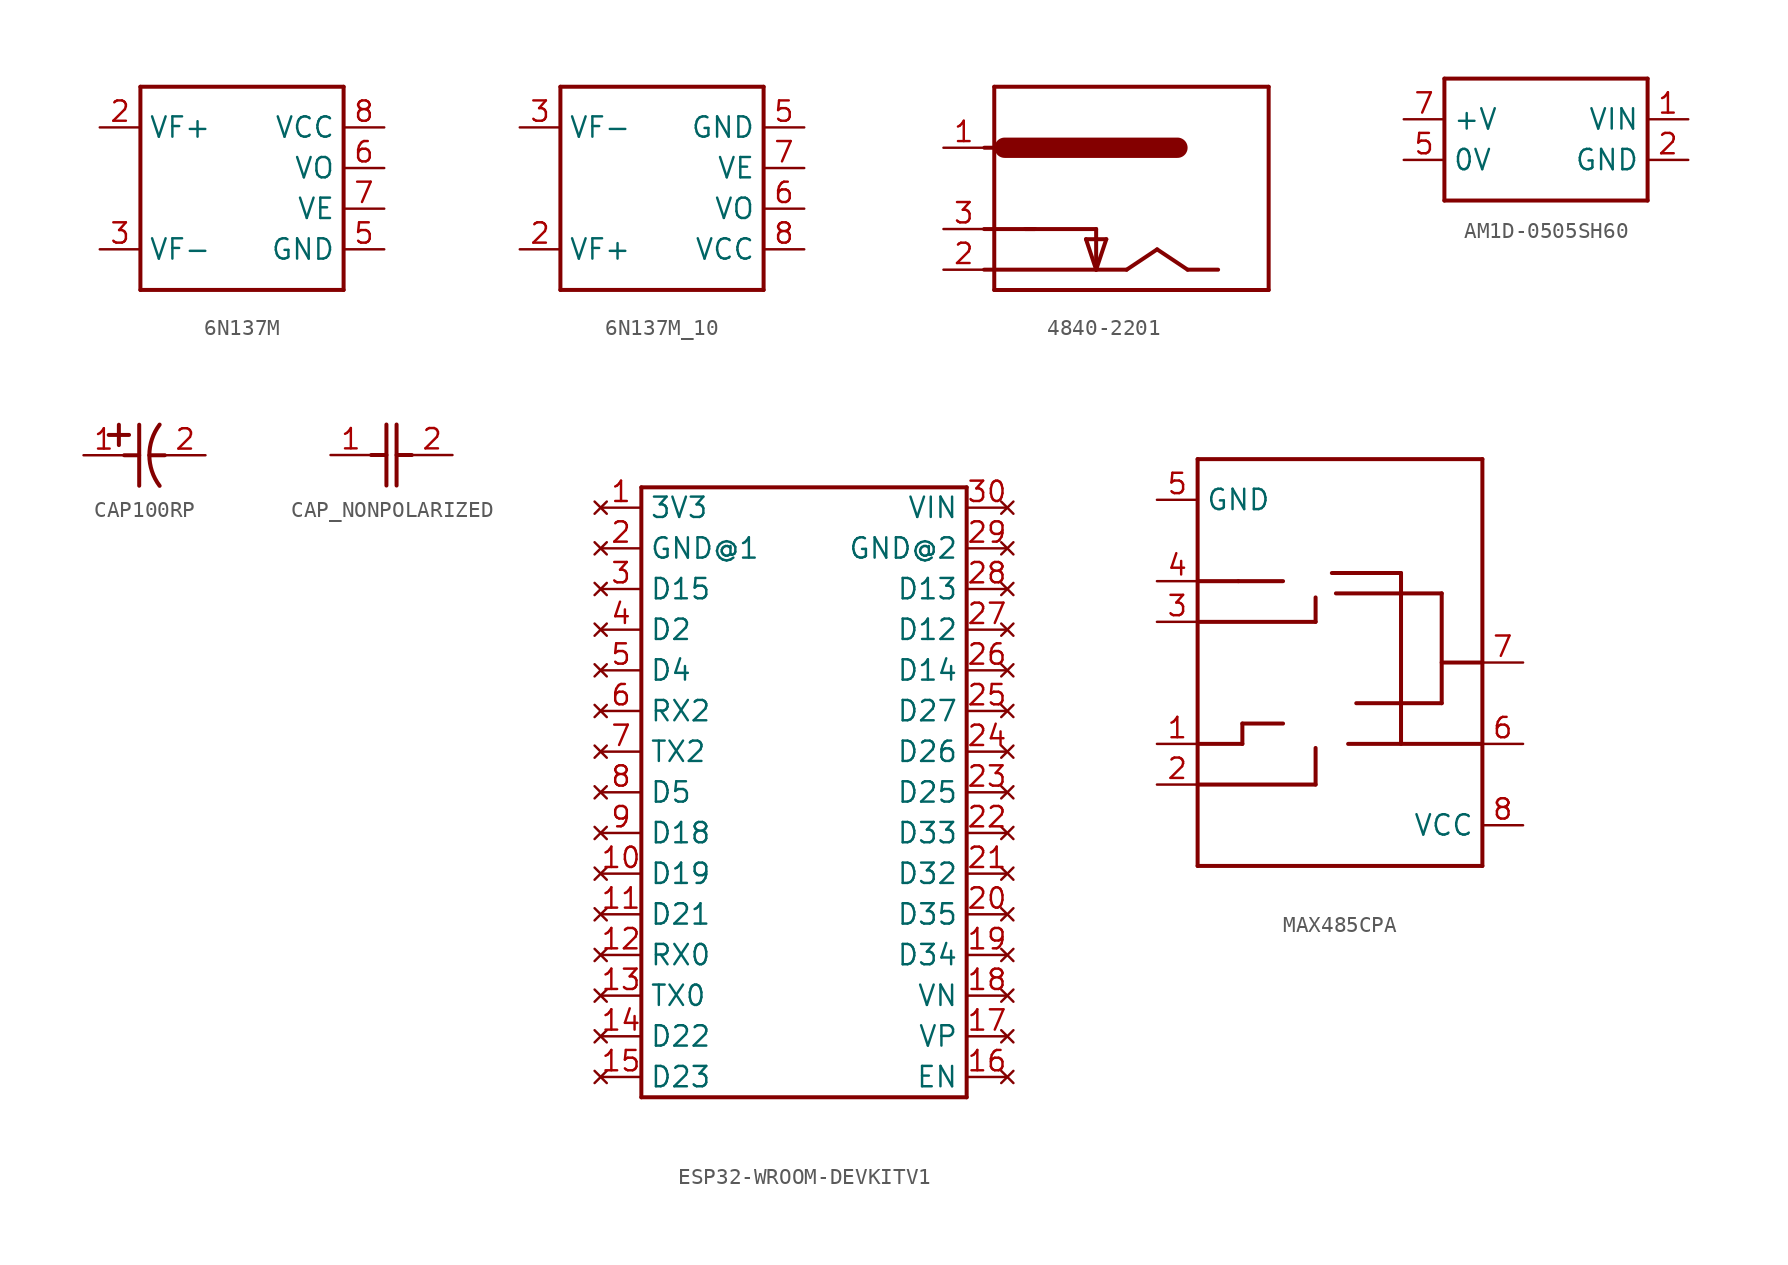
<source format=kicad_sym>
(kicad_symbol_lib
  (version 20231120)
  (generator "kicad_symbol_editor")
  (generator_version "8.0")
  (symbol "6N137M"
    (property "Reference" "VO"
      (at 0 0 0)
      (effects (font (size 1.27 1.27)) (hide yes)))
    (property "ki_locked" ""
      (at 0 0 0)
      (effects (font (size 1.27 1.27))))
    (symbol "6N137M_1_0"
      (polyline (pts (xy -6.35 -6.35) (xy -6.35 6.35)) (stroke (width 0.25) (type solid)) (fill (type none)))
      (polyline (pts (xy -6.35 6.35) (xy 6.35 6.35)) (stroke (width 0.25) (type solid)) (fill (type none)))
      (polyline (pts (xy 6.35 -6.35) (xy -6.35 -6.35)) (stroke (width 0.25) (type solid)) (fill (type none)))
      (polyline (pts (xy 6.35 6.35) (xy 6.35 -6.35)) (stroke (width 0.25) (type solid)) (fill (type none)))
      (pin passive line (at -8.89 3.81 0) (length 2.54) (name "VF+" (effects (font (size 1.27 1.27)))) (number "2" (effects (font (size 1.27 1.27)))))
      (pin passive line (at -8.89 -3.81 0) (length 2.54) (name "VF-" (effects (font (size 1.27 1.27)))) (number "3" (effects (font (size 1.27 1.27)))))
      (pin power_in line (at 8.89 -3.81 180) (length 2.54) (name "GND" (effects (font (size 1.27 1.27)))) (number "5" (effects (font (size 1.27 1.27)))))
      (pin output line (at 8.89 1.27 180) (length 2.54) (name "VO" (effects (font (size 1.27 1.27)))) (number "6" (effects (font (size 1.27 1.27)))))
      (pin input line (at 8.89 -1.27 180) (length 2.54) (name "VE" (effects (font (size 1.27 1.27)))) (number "7" (effects (font (size 1.27 1.27)))))
      (pin power_in line (at 8.89 3.81 180) (length 2.54) (name "VCC" (effects (font (size 1.27 1.27)))) (number "8" (effects (font (size 1.27 1.27)))))))
  (symbol "6N137M_10"
    (property "Reference" "VO"
      (at 0 0 0)
      (effects (font (size 1.27 1.27)) (hide yes)))
    (property "ki_locked" ""
      (at 0 0 0)
      (effects (font (size 1.27 1.27))))
    (symbol "6N137M_10_1_0"
      (polyline (pts (xy -6.35 -6.35) (xy -6.35 6.35)) (stroke (width 0.25) (type solid)) (fill (type none)))
      (polyline (pts (xy -6.35 6.35) (xy 6.35 6.35)) (stroke (width 0.25) (type solid)) (fill (type none)))
      (polyline (pts (xy 6.35 -6.35) (xy -6.35 -6.35)) (stroke (width 0.25) (type solid)) (fill (type none)))
      (polyline (pts (xy 6.35 6.35) (xy 6.35 -6.35)) (stroke (width 0.25) (type solid)) (fill (type none)))
      (pin passive line (at -8.89 -3.81 0) (length 2.54) (name "VF+" (effects (font (size 1.27 1.27)))) (number "2" (effects (font (size 1.27 1.27)))))
      (pin passive line (at -8.89 3.81 0) (length 2.54) (name "VF-" (effects (font (size 1.27 1.27)))) (number "3" (effects (font (size 1.27 1.27)))))
      (pin power_in line (at 8.89 3.81 180) (length 2.54) (name "GND" (effects (font (size 1.27 1.27)))) (number "5" (effects (font (size 1.27 1.27)))))
      (pin output line (at 8.89 -1.27 180) (length 2.54) (name "VO" (effects (font (size 1.27 1.27)))) (number "6" (effects (font (size 1.27 1.27)))))
      (pin input line (at 8.89 1.27 180) (length 2.54) (name "VE" (effects (font (size 1.27 1.27)))) (number "7" (effects (font (size 1.27 1.27)))))
      (pin power_in line (at 8.89 -3.81 180) (length 2.54) (name "VCC" (effects (font (size 1.27 1.27)))) (number "8" (effects (font (size 1.27 1.27)))))))
  (symbol "4840-2201"
    (property "Reference" "J"
      (at 0 0 0)
      (effects (font (size 1.27 1.27)) (hide yes)))
    (property "ki_locked" ""
      (at 0 0 0)
      (effects (font (size 1.27 1.27))))
    (symbol "4840-2201_1_0"
      (polyline (pts (xy -8.89 -5.08) (xy 0.016 -5.08)) (stroke (width 0.25) (type solid)) (fill (type none)))
      (polyline (pts (xy -8.89 -2.54) (xy -5.699 -2.54)) (stroke (width 0.25) (type solid)) (fill (type none)))
      (polyline (pts (xy -8.874 2.54) (xy -8.239 2.54)) (stroke (width 0.25) (type solid)) (fill (type none)))
      (polyline (pts (xy -8.255 -6.35) (xy -8.255 6.35)) (stroke (width 0.25) (type solid)) (fill (type none)))
      (polyline (pts (xy -8.255 6.35) (xy 8.89 6.35)) (stroke (width 0.25) (type solid)) (fill (type none)))
      (polyline (pts (xy -7.604 2.54) (xy 3.191 2.54)) (stroke (width 1.27) (type solid)) (fill (type none)))
      (polyline (pts (xy -6.334 -2.54) (xy -1.889 -2.54)) (stroke (width 0.25) (type solid)) (fill (type none)))
      (polyline (pts (xy -2.524 -3.175) (xy -1.889 -5.08)) (stroke (width 0.25) (type solid)) (fill (type none)))
      (polyline (pts (xy -1.889 -5.08) (xy -1.254 -3.175)) (stroke (width 0.25) (type solid)) (fill (type none)))
      (polyline (pts (xy -1.889 -2.54) (xy -1.889 -5.08)) (stroke (width 0.25) (type solid)) (fill (type none)))
      (polyline (pts (xy -1.254 -3.175) (xy -2.524 -3.175)) (stroke (width 0.25) (type solid)) (fill (type none)))
      (polyline (pts (xy 0.016 -5.08) (xy 1.921 -3.81)) (stroke (width 0.25) (type solid)) (fill (type none)))
      (polyline (pts (xy 1.921 -3.81) (xy 3.826 -5.08)) (stroke (width 0.25) (type solid)) (fill (type none)))
      (polyline (pts (xy 3.826 -5.08) (xy 5.731 -5.08)) (stroke (width 0.25) (type solid)) (fill (type none)))
      (polyline (pts (xy 8.89 -6.35) (xy -8.255 -6.35)) (stroke (width 0.25) (type solid)) (fill (type none)))
      (polyline (pts (xy 8.89 6.35) (xy 8.89 -6.35)) (stroke (width 0.25) (type solid)) (fill (type none)))
      (pin power_in line (at -11.43 2.54 0) (length 2.54) (name "1" (effects (font (size 0 0)))) (number "1" (effects (font (size 1.27 1.27)))))
      (pin power_in line (at -11.43 -5.08 0) (length 2.54) (name "2" (effects (font (size 0 0)))) (number "2" (effects (font (size 1.27 1.27)))))
      (pin power_in line (at -11.43 -2.54 0) (length 2.54) (name "3" (effects (font (size 0 0)))) (number "3" (effects (font (size 1.27 1.27)))))))
  (symbol "AM1D-0505SH60"
    (property "Reference" "U"
      (at 0 0 0)
      (effects (font (size 1.27 1.27)) (hide yes)))
    (property "ki_locked" ""
      (at 0 0 0)
      (effects (font (size 1.27 1.27))))
    (symbol "AM1D-0505SH60_1_0"
      (polyline (pts (xy -6.35 3.81) (xy -6.35 -3.81)) (stroke (width 0.25) (type solid)) (fill (type none)))
      (polyline (pts (xy 6.35 -3.81) (xy -6.35 -3.81)) (stroke (width 0.25) (type solid)) (fill (type none)))
      (polyline (pts (xy 6.35 -3.81) (xy 6.35 3.81)) (stroke (width 0.25) (type solid)) (fill (type none)))
      (polyline (pts (xy 6.35 3.81) (xy -6.35 3.81)) (stroke (width 0.25) (type solid)) (fill (type none)))
      (pin power_in line (at 8.89 1.27 180) (length 2.54) (name "VIN" (effects (font (size 1.27 1.27)))) (number "1" (effects (font (size 1.27 1.27)))))
      (pin power_in line (at 8.89 -1.27 180) (length 2.54) (name "GND" (effects (font (size 1.27 1.27)))) (number "2" (effects (font (size 1.27 1.27)))))
      (pin output line (at -8.89 -1.27 0) (length 2.54) (name "0V" (effects (font (size 1.27 1.27)))) (number "5" (effects (font (size 1.27 1.27)))))
      (pin output line (at -8.89 1.27 0) (length 2.54) (name "+V" (effects (font (size 1.27 1.27)))) (number "7" (effects (font (size 1.27 1.27)))))))
  (symbol "CAP100RP"
    (property "Reference" "C"
      (at 0 0 0)
      (effects (font (size 1.27 1.27)) (hide yes)))
    (property "ki_locked" ""
      (at 0 0 0)
      (effects (font (size 1.27 1.27))))
    (symbol "CAP100RP_1_0"
      (polyline (pts (xy -1.753 1.27) (xy -0.483 1.27)) (stroke (width 0.25) (type solid)) (fill (type none)))
      (polyline (pts (xy -1.118 0.635) (xy -1.118 1.905)) (stroke (width 0.25) (type solid)) (fill (type none)))
      (polyline (pts (xy -0.787 0) (xy 0.152 0)) (stroke (width 0.25) (type solid)) (fill (type none)))
      (polyline (pts (xy 0.152 -1.905) (xy 0.152 1.905)) (stroke (width 0.25) (type solid)) (fill (type none)))
      (polyline (pts (xy 0.787 0) (xy 1.753 0)) (stroke (width 0.25) (type solid)) (fill (type none)))
      (arc (start 1.427 1.911) (mid 0.7874 0.0001) (end 1.4269 -1.9109) (stroke (width 0.254) (type solid)) (fill (type none)))
      (pin passive line (at -3.327 0 0) (length 2.54) (name "PLUS" (effects (font (size 0 0)))) (number "1" (effects (font (size 1.27 1.27)))))
      (pin passive line (at 4.293 0 180) (length 2.54) (name "MINUS" (effects (font (size 0 0)))) (number "2" (effects (font (size 1.27 1.27)))))))
  (symbol "CAP_NONPOLARIZED"
    (property "Reference" "C"
      (at 0 0 0)
      (effects (font (size 1.27 1.27)) (hide yes)))
    (property "ki_locked" ""
      (at 0 0 0)
      (effects (font (size 1.27 1.27))))
    (symbol "CAP_NONPOLARIZED_1_0"
      (polyline (pts (xy -1.27 0) (xy -0.317 0)) (stroke (width 0.25) (type solid)) (fill (type none)))
      (polyline (pts (xy -0.317 -1.905) (xy -0.317 1.905)) (stroke (width 0.25) (type solid)) (fill (type none)))
      (polyline (pts (xy 0.317 -1.905) (xy 0.317 1.905)) (stroke (width 0.25) (type solid)) (fill (type none)))
      (polyline (pts (xy 0.318 0) (xy 1.27 0)) (stroke (width 0.25) (type solid)) (fill (type none)))
      (pin passive line (at -3.81 0 0) (length 2.54) (name "1" (effects (font (size 0 0)))) (number "1" (effects (font (size 1.27 1.27)))))
      (pin passive line (at 3.81 0 180) (length 2.54) (name "2" (effects (font (size 0 0)))) (number "2" (effects (font (size 1.27 1.27)))))))
  (symbol "ESP32-WROOM-DEVKITV1"
    (property "Reference" "uC"
      (at 0 0 0)
      (effects (font (size 1.27 1.27)) (hide yes)))
    (property "ki_locked" ""
      (at 0 0 0)
      (effects (font (size 1.27 1.27))))
    (symbol "ESP32-WROOM-DEVKITV1_1_0"
      (polyline (pts (xy -10.16 -22.86) (xy -10.16 15.24)) (stroke (width 0.25) (type solid)) (fill (type none)))
      (polyline (pts (xy -10.16 15.24) (xy 10.16 15.24)) (stroke (width 0.25) (type solid)) (fill (type none)))
      (polyline (pts (xy 10.16 -22.86) (xy -10.16 -22.86)) (stroke (width 0.25) (type solid)) (fill (type none)))
      (polyline (pts (xy 10.16 15.24) (xy 10.16 -22.86)) (stroke (width 0.25) (type solid)) (fill (type none)))
      (pin no_connect line (at -12.7 13.97 0) (length 2.54) (name "3V3" (effects (font (size 1.27 1.27)))) (number "1" (effects (font (size 1.27 1.27)))))
      (pin no_connect line (at -12.7 -8.89 0) (length 2.54) (name "D19" (effects (font (size 1.27 1.27)))) (number "10" (effects (font (size 1.27 1.27)))))
      (pin no_connect line (at -12.7 -11.43 0) (length 2.54) (name "D21" (effects (font (size 1.27 1.27)))) (number "11" (effects (font (size 1.27 1.27)))))
      (pin no_connect line (at -12.7 -13.97 0) (length 2.54) (name "RX0" (effects (font (size 1.27 1.27)))) (number "12" (effects (font (size 1.27 1.27)))))
      (pin no_connect line (at -12.7 -16.51 0) (length 2.54) (name "TX0" (effects (font (size 1.27 1.27)))) (number "13" (effects (font (size 1.27 1.27)))))
      (pin no_connect line (at -12.7 -19.05 0) (length 2.54) (name "D22" (effects (font (size 1.27 1.27)))) (number "14" (effects (font (size 1.27 1.27)))))
      (pin no_connect line (at -12.7 -21.59 0) (length 2.54) (name "D23" (effects (font (size 1.27 1.27)))) (number "15" (effects (font (size 1.27 1.27)))))
      (pin no_connect line (at 12.7 -21.59 180) (length 2.54) (name "EN" (effects (font (size 1.27 1.27)))) (number "16" (effects (font (size 1.27 1.27)))))
      (pin no_connect line (at 12.7 -19.05 180) (length 2.54) (name "VP" (effects (font (size 1.27 1.27)))) (number "17" (effects (font (size 1.27 1.27)))))
      (pin no_connect line (at 12.7 -16.51 180) (length 2.54) (name "VN" (effects (font (size 1.27 1.27)))) (number "18" (effects (font (size 1.27 1.27)))))
      (pin no_connect line (at 12.7 -13.97 180) (length 2.54) (name "D34" (effects (font (size 1.27 1.27)))) (number "19" (effects (font (size 1.27 1.27)))))
      (pin no_connect line (at -12.7 11.43 0) (length 2.54) (name "GND@1" (effects (font (size 1.27 1.27)))) (number "2" (effects (font (size 1.27 1.27)))))
      (pin no_connect line (at 12.7 -11.43 180) (length 2.54) (name "D35" (effects (font (size 1.27 1.27)))) (number "20" (effects (font (size 1.27 1.27)))))
      (pin no_connect line (at 12.7 -8.89 180) (length 2.54) (name "D32" (effects (font (size 1.27 1.27)))) (number "21" (effects (font (size 1.27 1.27)))))
      (pin no_connect line (at 12.7 -6.35 180) (length 2.54) (name "D33" (effects (font (size 1.27 1.27)))) (number "22" (effects (font (size 1.27 1.27)))))
      (pin no_connect line (at 12.7 -3.81 180) (length 2.54) (name "D25" (effects (font (size 1.27 1.27)))) (number "23" (effects (font (size 1.27 1.27)))))
      (pin no_connect line (at 12.7 -1.27 180) (length 2.54) (name "D26" (effects (font (size 1.27 1.27)))) (number "24" (effects (font (size 1.27 1.27)))))
      (pin no_connect line (at 12.7 1.27 180) (length 2.54) (name "D27" (effects (font (size 1.27 1.27)))) (number "25" (effects (font (size 1.27 1.27)))))
      (pin no_connect line (at 12.7 3.81 180) (length 2.54) (name "D14" (effects (font (size 1.27 1.27)))) (number "26" (effects (font (size 1.27 1.27)))))
      (pin no_connect line (at 12.7 6.35 180) (length 2.54) (name "D12" (effects (font (size 1.27 1.27)))) (number "27" (effects (font (size 1.27 1.27)))))
      (pin no_connect line (at 12.7 8.89 180) (length 2.54) (name "D13" (effects (font (size 1.27 1.27)))) (number "28" (effects (font (size 1.27 1.27)))))
      (pin no_connect line (at 12.7 11.43 180) (length 2.54) (name "GND@2" (effects (font (size 1.27 1.27)))) (number "29" (effects (font (size 1.27 1.27)))))
      (pin no_connect line (at -12.7 8.89 0) (length 2.54) (name "D15" (effects (font (size 1.27 1.27)))) (number "3" (effects (font (size 1.27 1.27)))))
      (pin no_connect line (at 12.7 13.97 180) (length 2.54) (name "VIN" (effects (font (size 1.27 1.27)))) (number "30" (effects (font (size 1.27 1.27)))))
      (pin no_connect line (at -12.7 6.35 0) (length 2.54) (name "D2" (effects (font (size 1.27 1.27)))) (number "4" (effects (font (size 1.27 1.27)))))
      (pin no_connect line (at -12.7 3.81 0) (length 2.54) (name "D4" (effects (font (size 1.27 1.27)))) (number "5" (effects (font (size 1.27 1.27)))))
      (pin no_connect line (at -12.7 1.27 0) (length 2.54) (name "RX2" (effects (font (size 1.27 1.27)))) (number "6" (effects (font (size 1.27 1.27)))))
      (pin no_connect line (at -12.7 -1.27 0) (length 2.54) (name "TX2" (effects (font (size 1.27 1.27)))) (number "7" (effects (font (size 1.27 1.27)))))
      (pin no_connect line (at -12.7 -3.81 0) (length 2.54) (name "D5" (effects (font (size 1.27 1.27)))) (number "8" (effects (font (size 1.27 1.27)))))
      (pin no_connect line (at -12.7 -6.35 0) (length 2.54) (name "D18" (effects (font (size 1.27 1.27)))) (number "9" (effects (font (size 1.27 1.27)))))))
  (symbol "MAX485CPA"
    (property "Reference" "U"
      (at 0 0 0)
      (effects (font (size 1.27 1.27)) (hide yes)))
    (property "ki_locked" ""
      (at 0 0 0)
      (effects (font (size 1.27 1.27))))
    (symbol "MAX485CPA_1_0"
      (polyline (pts (xy -8.89 -12.7) (xy 8.89 -12.7)) (stroke (width 0.25) (type solid)) (fill (type none)))
      (polyline (pts (xy -8.89 -5.08) (xy -6.096 -5.08)) (stroke (width 0.25) (type solid)) (fill (type none)))
      (polyline (pts (xy -8.89 2.54) (xy -1.524 2.54)) (stroke (width 0.25) (type solid)) (fill (type none)))
      (polyline (pts (xy -8.89 12.7) (xy -8.89 -12.7)) (stroke (width 0.25) (type solid)) (fill (type none)))
      (polyline (pts (xy -8.89 12.7) (xy 8.89 12.7)) (stroke (width 0.25) (type solid)) (fill (type none)))
      (polyline (pts (xy -6.35 5.08) (xy -8.89 5.08)) (stroke (width 0.25) (type solid)) (fill (type none)))
      (polyline (pts (xy -6.35 5.08) (xy -3.556 5.08)) (stroke (width 0.25) (type solid)) (fill (type none)))
      (polyline (pts (xy -6.096 -5.08) (xy -6.096 -3.81)) (stroke (width 0.25) (type solid)) (fill (type none)))
      (polyline (pts (xy -6.096 -3.81) (xy -3.556 -3.81)) (stroke (width 0.25) (type solid)) (fill (type none)))
      (polyline (pts (xy -1.524 -7.62) (xy -8.89 -7.62)) (stroke (width 0.25) (type solid)) (fill (type none)))
      (polyline (pts (xy -1.524 -5.334) (xy -1.524 -7.62)) (stroke (width 0.25) (type solid)) (fill (type none)))
      (polyline (pts (xy -1.524 2.54) (xy -1.524 4.064)) (stroke (width 0.25) (type solid)) (fill (type none)))
      (polyline (pts (xy -0.508 5.588) (xy 3.81 5.588)) (stroke (width 0.25) (type solid)) (fill (type none)))
      (polyline (pts (xy -0.254 4.318) (xy 6.35 4.318)) (stroke (width 0.25) (type solid)) (fill (type none)))
      (polyline (pts (xy 0.508 -5.08) (xy 8.89 -5.08)) (stroke (width 0.25) (type solid)) (fill (type none)))
      (polyline (pts (xy 1.016 -2.54) (xy 6.35 -2.54)) (stroke (width 0.25) (type solid)) (fill (type none)))
      (polyline (pts (xy 3.81 -5.08) (xy 3.81 5.588)) (stroke (width 0.25) (type solid)) (fill (type none)))
      (polyline (pts (xy 6.35 -2.54) (xy 6.35 4.318)) (stroke (width 0.25) (type solid)) (fill (type none)))
      (polyline (pts (xy 8.89 -12.7) (xy 8.89 12.7)) (stroke (width 0.25) (type solid)) (fill (type none)))
      (polyline (pts (xy 8.89 0) (xy 6.35 0)) (stroke (width 0.25) (type solid)) (fill (type none)))
      (pin output line (at -11.43 -5.08 0) (length 2.54) (name "RO" (effects (font (size 0 0)))) (number "1" (effects (font (size 1.27 1.27)))))
      (pin input line (at -11.43 -7.62 0) (length 2.54) (name "~{RE}" (effects (font (size 0 0)))) (number "2" (effects (font (size 1.27 1.27)))))
      (pin input line (at -11.43 2.54 0) (length 2.54) (name "DE" (effects (font (size 0 0)))) (number "3" (effects (font (size 1.27 1.27)))))
      (pin input line (at -11.43 5.08 0) (length 2.54) (name "DI" (effects (font (size 0 0)))) (number "4" (effects (font (size 1.27 1.27)))))
      (pin power_in line (at -11.43 10.16 0) (length 2.54) (name "GND" (effects (font (size 1.27 1.27)))) (number "5" (effects (font (size 1.27 1.27)))))
      (pin bidirectional line (at 11.43 -5.08 180) (length 2.54) (name "A" (effects (font (size 0 0)))) (number "6" (effects (font (size 1.27 1.27)))))
      (pin bidirectional line (at 11.43 0 180) (length 2.54) (name "B" (effects (font (size 0 0)))) (number "7" (effects (font (size 1.27 1.27)))))
      (pin power_in line (at 11.43 -10.16 180) (length 2.54) (name "VCC" (effects (font (size 1.27 1.27)))) (number "8" (effects (font (size 1.27 1.27))))))))
</source>
